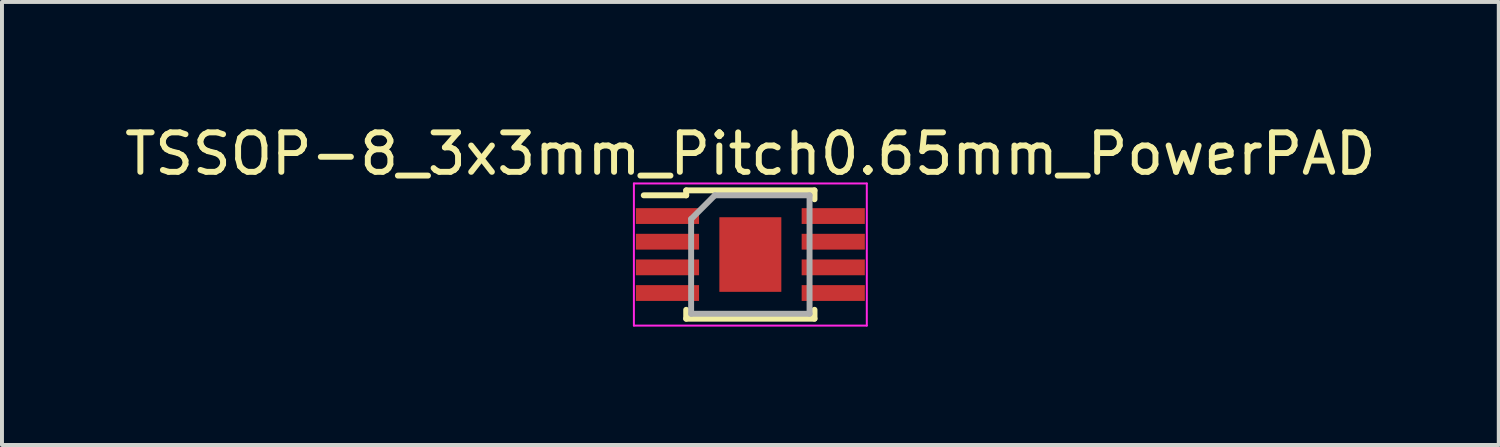
<source format=kicad_pcb>
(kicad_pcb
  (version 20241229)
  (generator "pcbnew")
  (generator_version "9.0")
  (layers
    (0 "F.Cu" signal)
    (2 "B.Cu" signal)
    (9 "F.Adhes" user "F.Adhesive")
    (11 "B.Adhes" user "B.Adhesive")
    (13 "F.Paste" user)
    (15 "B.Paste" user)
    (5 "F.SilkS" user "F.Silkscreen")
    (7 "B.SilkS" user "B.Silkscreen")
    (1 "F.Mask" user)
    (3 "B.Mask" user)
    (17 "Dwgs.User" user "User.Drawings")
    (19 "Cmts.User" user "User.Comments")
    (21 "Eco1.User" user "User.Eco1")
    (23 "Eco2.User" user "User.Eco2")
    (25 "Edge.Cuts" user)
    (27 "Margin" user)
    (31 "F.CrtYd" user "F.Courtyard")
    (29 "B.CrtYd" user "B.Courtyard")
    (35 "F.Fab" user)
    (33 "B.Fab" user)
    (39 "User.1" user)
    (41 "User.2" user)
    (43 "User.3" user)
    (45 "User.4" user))
  (footprint "TSSOP-8_3x3mm_Pitch0.65mm_PowerPAD"
    (layer "F.Cu")
    (at 15.958 3.398)
    (property "Reference" "TSSOP-8_3x3mm_Pitch0.65mm_PowerPAD" (at 0 -2.55 0) (layer "F.SilkS") (effects (font (size 1 1) (thickness 0.15))))
    (attr smd)
    (fp_line (start -1.625 -1.625) (end -1.625 -1.5) (stroke (width 0.15) (type solid)) (layer "F.SilkS"))
    (fp_line (start -1.625 -1.625) (end 1.625 -1.625) (stroke (width 0.15) (type solid)) (layer "F.SilkS"))
    (fp_line (start -1.625 -1.5) (end -2.7 -1.5) (stroke (width 0.15) (type solid)) (layer "F.SilkS"))
    (fp_line (start -1.625 1.625) (end -1.625 1.4) (stroke (width 0.15) (type solid)) (layer "F.SilkS"))
    (fp_line (start -1.625 1.625) (end 1.625 1.625) (stroke (width 0.15) (type solid)) (layer "F.SilkS"))
    (fp_line (start 1.625 -1.625) (end 1.625 -1.4) (stroke (width 0.15) (type solid)) (layer "F.SilkS"))
    (fp_line (start 1.625 1.625) (end 1.625 1.4) (stroke (width 0.15) (type solid)) (layer "F.SilkS"))
    (fp_line (start -2.95 -1.8) (end -2.95 1.8) (stroke (width 0.05) (type solid)) (layer "F.CrtYd"))
    (fp_line (start -2.95 -1.8) (end 2.95 -1.8) (stroke (width 0.05) (type solid)) (layer "F.CrtYd"))
    (fp_line (start -2.95 1.8) (end 2.95 1.8) (stroke (width 0.05) (type solid)) (layer "F.CrtYd"))
    (fp_line (start 2.95 -1.8) (end 2.95 1.8) (stroke (width 0.05) (type solid)) (layer "F.CrtYd"))
    (fp_line (start -1.5 -0.9) (end -0.9 -1.5) (stroke (width 0.15) (type solid)) (layer "F.Fab"))
    (fp_line (start -1.5 1.5) (end -1.5 -0.9) (stroke (width 0.15) (type solid)) (layer "F.Fab"))
    (fp_line (start -0.9 -1.5) (end 1.5 -1.5) (stroke (width 0.15) (type solid)) (layer "F.Fab"))
    (fp_line (start 1.5 -1.5) (end 1.5 1.5) (stroke (width 0.15) (type solid)) (layer "F.Fab"))
    (fp_line (start 1.5 1.5) (end -1.5 1.5) (stroke (width 0.15) (type solid)) (layer "F.Fab"))
    (pad "1" smd rect (at -2.1 -0.975) (size 1.6 0.4) (layers "F.Cu" "F.Mask" "F.Paste"))
    (pad "2" smd rect (at -2.1 -0.325) (size 1.6 0.4) (layers "F.Cu" "F.Mask" "F.Paste"))
    (pad "3" smd rect (at -2.1 0.325) (size 1.6 0.4) (layers "F.Cu" "F.Mask" "F.Paste"))
    (pad "4" smd rect (at -2.1 0.975) (size 1.6 0.4) (layers "F.Cu" "F.Mask" "F.Paste"))
    (pad "5" smd rect (at 2.1 0.975) (size 1.6 0.4) (layers "F.Cu" "F.Mask" "F.Paste"))
    (pad "6" smd rect (at 2.1 0.325) (size 1.6 0.4) (layers "F.Cu" "F.Mask" "F.Paste"))
    (pad "7" smd rect (at 2.1 -0.325) (size 1.6 0.4) (layers "F.Cu" "F.Mask" "F.Paste"))
    (pad "8" smd rect (at 2.1 -0.975) (size 1.6 0.4) (layers "F.Cu" "F.Mask" "F.Paste"))
    (pad "9" smd rect (at 0 0) (size 1.57 1.89) (layers "F.Cu" "F.Mask" "F.Paste")))
  (gr_rect
    (start -3 -3)
    (end 34.917 8.223)
    (stroke (width 0.1) (type default))
    (fill no)
    (layer "Edge.Cuts")))
</source>
